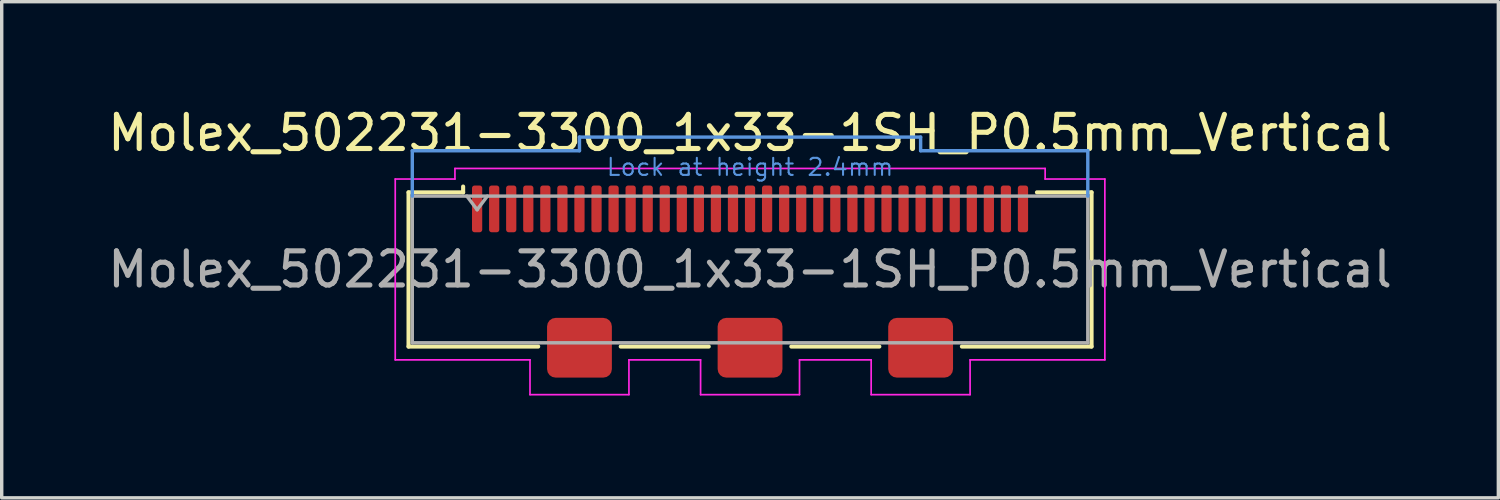
<source format=kicad_pcb>
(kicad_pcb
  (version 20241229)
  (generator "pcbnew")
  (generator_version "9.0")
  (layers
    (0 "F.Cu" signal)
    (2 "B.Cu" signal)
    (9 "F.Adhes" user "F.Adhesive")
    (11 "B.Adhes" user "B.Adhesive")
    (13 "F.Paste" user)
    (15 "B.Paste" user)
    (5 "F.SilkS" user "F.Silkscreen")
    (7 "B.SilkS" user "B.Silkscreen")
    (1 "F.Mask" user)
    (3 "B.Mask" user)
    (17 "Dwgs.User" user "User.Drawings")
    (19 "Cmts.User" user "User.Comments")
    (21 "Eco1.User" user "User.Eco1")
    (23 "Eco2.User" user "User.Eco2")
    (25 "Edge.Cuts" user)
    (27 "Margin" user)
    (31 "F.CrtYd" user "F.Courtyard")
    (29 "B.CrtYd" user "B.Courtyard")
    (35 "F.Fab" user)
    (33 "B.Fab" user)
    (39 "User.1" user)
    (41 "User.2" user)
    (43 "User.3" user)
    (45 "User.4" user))
  (footprint "Molex_502231-3300_1x33-1SH_P0.5mm_Vertical"
    (layer "F.Cu")
    (at 18.935 4.118)
    (property "Reference" "Molex_502231-3300_1x33-1SH_P0.5mm_Vertical" (at 0 -3.27 0) (layer "F.SilkS") (effects (font (size 1 1) (thickness 0.15))))
    (attr smd)
    (fp_line (start -10.01 2.99) (end -10.01 -1.53) (stroke (width 0.12) (type solid)) (layer "F.SilkS"))
    (fp_line (start -8.41 -1.53) (end -10.01 -1.53) (stroke (width 0.12) (type solid)) (layer "F.SilkS"))
    (fp_line (start -8.41 -1.53) (end -8.41 -1.7) (stroke (width 0.12) (type solid)) (layer "F.SilkS"))
    (fp_line (start -6.21 2.99) (end -10.01 2.99) (stroke (width 0.12) (type solid)) (layer "F.SilkS"))
    (fp_line (start -3.79 2.99) (end -1.21 2.99) (stroke (width 0.12) (type solid)) (layer "F.SilkS"))
    (fp_line (start 1.21 2.99) (end 3.79 2.99) (stroke (width 0.12) (type solid)) (layer "F.SilkS"))
    (fp_line (start 6.21 2.99) (end 10.01 2.99) (stroke (width 0.12) (type solid)) (layer "F.SilkS"))
    (fp_line (start 8.41 -1.53) (end 10.01 -1.53) (stroke (width 0.12) (type solid)) (layer "F.SilkS"))
    (fp_line (start 10.01 2.99) (end 10.01 -1.53) (stroke (width 0.12) (type solid)) (layer "F.SilkS"))
    (fp_line (start -9.9 -2.75) (end -9.9 -1.42) (stroke (width 0.1) (type solid)) (layer "Cmts.User"))
    (fp_line (start -5 -3.15) (end -5 -2.75) (stroke (width 0.1) (type solid)) (layer "Cmts.User"))
    (fp_line (start -5 -3.15) (end 5 -3.15) (stroke (width 0.1) (type solid)) (layer "Cmts.User"))
    (fp_line (start -5 -2.75) (end -9.9 -2.75) (stroke (width 0.1) (type solid)) (layer "Cmts.User"))
    (fp_line (start 5 -3.15) (end 5 -2.75) (stroke (width 0.1) (type solid)) (layer "Cmts.User"))
    (fp_line (start 5 -2.75) (end 9.9 -2.75) (stroke (width 0.1) (type solid)) (layer "Cmts.User"))
    (fp_line (start 9.9 -2.75) (end 9.9 -1.42) (stroke (width 0.1) (type solid)) (layer "Cmts.User"))
    (fp_line (start -10.4 -1.92) (end -8.65 -1.92) (stroke (width 0.05) (type solid)) (layer "F.CrtYd"))
    (fp_line (start -10.4 3.38) (end -10.4 -1.92) (stroke (width 0.05) (type solid)) (layer "F.CrtYd"))
    (fp_line (start -8.65 -1.92) (end -8.65 -2.23) (stroke (width 0.05) (type solid)) (layer "F.CrtYd"))
    (fp_line (start -6.45 3.38) (end -10.4 3.38) (stroke (width 0.05) (type solid)) (layer "F.CrtYd"))
    (fp_line (start -6.45 3.38) (end -6.45 4.4) (stroke (width 0.05) (type solid)) (layer "F.CrtYd"))
    (fp_line (start -3.55 3.38) (end -3.55 4.4) (stroke (width 0.05) (type solid)) (layer "F.CrtYd"))
    (fp_line (start -3.55 4.4) (end -6.45 4.4) (stroke (width 0.05) (type solid)) (layer "F.CrtYd"))
    (fp_line (start -1.45 3.38) (end -3.55 3.38) (stroke (width 0.05) (type solid)) (layer "F.CrtYd"))
    (fp_line (start -1.45 3.38) (end -1.45 4.4) (stroke (width 0.05) (type solid)) (layer "F.CrtYd"))
    (fp_line (start -1.45 4.4) (end 1.45 4.4) (stroke (width 0.05) (type solid)) (layer "F.CrtYd"))
    (fp_line (start 1.45 3.38) (end 1.45 4.4) (stroke (width 0.05) (type solid)) (layer "F.CrtYd"))
    (fp_line (start 3.55 3.38) (end 1.45 3.38) (stroke (width 0.05) (type solid)) (layer "F.CrtYd"))
    (fp_line (start 3.55 3.38) (end 3.55 4.4) (stroke (width 0.05) (type solid)) (layer "F.CrtYd"))
    (fp_line (start 3.55 4.4) (end 6.45 4.4) (stroke (width 0.05) (type solid)) (layer "F.CrtYd"))
    (fp_line (start 6.45 3.38) (end 6.45 4.4) (stroke (width 0.05) (type solid)) (layer "F.CrtYd"))
    (fp_line (start 6.45 3.38) (end 10.4 3.38) (stroke (width 0.05) (type solid)) (layer "F.CrtYd"))
    (fp_line (start 8.65 -2.23) (end -8.65 -2.23) (stroke (width 0.05) (type solid)) (layer "F.CrtYd"))
    (fp_line (start 8.65 -1.92) (end 8.65 -2.23) (stroke (width 0.05) (type solid)) (layer "F.CrtYd"))
    (fp_line (start 10.4 -1.92) (end 8.65 -1.92) (stroke (width 0.05) (type solid)) (layer "F.CrtYd"))
    (fp_line (start 10.4 3.38) (end 10.4 -1.92) (stroke (width 0.05) (type solid)) (layer "F.CrtYd"))
    (fp_line (start -9.9 -1.42) (end -9.9 2.88) (stroke (width 0.1) (type solid)) (layer "F.Fab"))
    (fp_line (start -9.9 -1.42) (end 9.9 -1.42) (stroke (width 0.1) (type solid)) (layer "F.Fab"))
    (fp_line (start -9.9 2.88) (end 9.9 2.88) (stroke (width 0.1) (type solid)) (layer "F.Fab"))
    (fp_line (start -8.3 -1.42) (end -8 -1.02) (stroke (width 0.1) (type solid)) (layer "F.Fab"))
    (fp_line (start -8 -1.02) (end -7.7 -1.42) (stroke (width 0.1) (type solid)) (layer "F.Fab"))
    (fp_line (start 9.9 -1.42) (end 9.9 2.88) (stroke (width 0.1) (type solid)) (layer "F.Fab"))
    (fp_text user "Lock at height 2.4mm" (at 0 -2.27 0) (layer "Cmts.User") (effects (font (size 0.5 0.5) (thickness 0.06))))
    (fp_text user "${REFERENCE}" (at 0 0.73 0) (layer "F.Fab") (effects (font (size 1 1) (thickness 0.15))))
    (pad "1" smd roundrect (at -8 -1.045) (size 0.3 1.37) (layers "F.Cu" "F.Mask" "F.Paste") (roundrect_rratio 0.25))
    (pad "2" smd roundrect (at -7.5 -1.045) (size 0.3 1.37) (layers "F.Cu" "F.Mask" "F.Paste") (roundrect_rratio 0.25))
    (pad "3" smd roundrect (at -7 -1.045) (size 0.3 1.37) (layers "F.Cu" "F.Mask" "F.Paste") (roundrect_rratio 0.25))
    (pad "4" smd roundrect (at -6.5 -1.045) (size 0.3 1.37) (layers "F.Cu" "F.Mask" "F.Paste") (roundrect_rratio 0.25))
    (pad "5" smd roundrect (at -6 -1.045) (size 0.3 1.37) (layers "F.Cu" "F.Mask" "F.Paste") (roundrect_rratio 0.25))
    (pad "6" smd roundrect (at -5.5 -1.045) (size 0.3 1.37) (layers "F.Cu" "F.Mask" "F.Paste") (roundrect_rratio 0.25))
    (pad "7" smd roundrect (at -5 -1.045) (size 0.3 1.37) (layers "F.Cu" "F.Mask" "F.Paste") (roundrect_rratio 0.25))
    (pad "8" smd roundrect (at -4.5 -1.045) (size 0.3 1.37) (layers "F.Cu" "F.Mask" "F.Paste") (roundrect_rratio 0.25))
    (pad "9" smd roundrect (at -4 -1.045) (size 0.3 1.37) (layers "F.Cu" "F.Mask" "F.Paste") (roundrect_rratio 0.25))
    (pad "10" smd roundrect (at -3.5 -1.045) (size 0.3 1.37) (layers "F.Cu" "F.Mask" "F.Paste") (roundrect_rratio 0.25))
    (pad "11" smd roundrect (at -3 -1.045) (size 0.3 1.37) (layers "F.Cu" "F.Mask" "F.Paste") (roundrect_rratio 0.25))
    (pad "12" smd roundrect (at -2.5 -1.045) (size 0.3 1.37) (layers "F.Cu" "F.Mask" "F.Paste") (roundrect_rratio 0.25))
    (pad "13" smd roundrect (at -2 -1.045) (size 0.3 1.37) (layers "F.Cu" "F.Mask" "F.Paste") (roundrect_rratio 0.25))
    (pad "14" smd roundrect (at -1.5 -1.045) (size 0.3 1.37) (layers "F.Cu" "F.Mask" "F.Paste") (roundrect_rratio 0.25))
    (pad "15" smd roundrect (at -1 -1.045) (size 0.3 1.37) (layers "F.Cu" "F.Mask" "F.Paste") (roundrect_rratio 0.25))
    (pad "16" smd roundrect (at -0.5 -1.045) (size 0.3 1.37) (layers "F.Cu" "F.Mask" "F.Paste") (roundrect_rratio 0.25))
    (pad "17" smd roundrect (at 0 -1.045) (size 0.3 1.37) (layers "F.Cu" "F.Mask" "F.Paste") (roundrect_rratio 0.25))
    (pad "18" smd roundrect (at 0.5 -1.045) (size 0.3 1.37) (layers "F.Cu" "F.Mask" "F.Paste") (roundrect_rratio 0.25))
    (pad "19" smd roundrect (at 1 -1.045) (size 0.3 1.37) (layers "F.Cu" "F.Mask" "F.Paste") (roundrect_rratio 0.25))
    (pad "20" smd roundrect (at 1.5 -1.045) (size 0.3 1.37) (layers "F.Cu" "F.Mask" "F.Paste") (roundrect_rratio 0.25))
    (pad "21" smd roundrect (at 2 -1.045) (size 0.3 1.37) (layers "F.Cu" "F.Mask" "F.Paste") (roundrect_rratio 0.25))
    (pad "22" smd roundrect (at 2.5 -1.045) (size 0.3 1.37) (layers "F.Cu" "F.Mask" "F.Paste") (roundrect_rratio 0.25))
    (pad "23" smd roundrect (at 3 -1.045) (size 0.3 1.37) (layers "F.Cu" "F.Mask" "F.Paste") (roundrect_rratio 0.25))
    (pad "24" smd roundrect (at 3.5 -1.045) (size 0.3 1.37) (layers "F.Cu" "F.Mask" "F.Paste") (roundrect_rratio 0.25))
    (pad "25" smd roundrect (at 4 -1.045) (size 0.3 1.37) (layers "F.Cu" "F.Mask" "F.Paste") (roundrect_rratio 0.25))
    (pad "26" smd roundrect (at 4.5 -1.045) (size 0.3 1.37) (layers "F.Cu" "F.Mask" "F.Paste") (roundrect_rratio 0.25))
    (pad "27" smd roundrect (at 5 -1.045) (size 0.3 1.37) (layers "F.Cu" "F.Mask" "F.Paste") (roundrect_rratio 0.25))
    (pad "28" smd roundrect (at 5.5 -1.045) (size 0.3 1.37) (layers "F.Cu" "F.Mask" "F.Paste") (roundrect_rratio 0.25))
    (pad "29" smd roundrect (at 6 -1.045) (size 0.3 1.37) (layers "F.Cu" "F.Mask" "F.Paste") (roundrect_rratio 0.25))
    (pad "30" smd roundrect (at 6.5 -1.045) (size 0.3 1.37) (layers "F.Cu" "F.Mask" "F.Paste") (roundrect_rratio 0.25))
    (pad "31" smd roundrect (at 7 -1.045) (size 0.3 1.37) (layers "F.Cu" "F.Mask" "F.Paste") (roundrect_rratio 0.25))
    (pad "32" smd roundrect (at 7.5 -1.045) (size 0.3 1.37) (layers "F.Cu" "F.Mask" "F.Paste") (roundrect_rratio 0.25))
    (pad "33" smd roundrect (at 8 -1.045) (size 0.3 1.37) (layers "F.Cu" "F.Mask" "F.Paste") (roundrect_rratio 0.25))
    (pad "SH" smd roundrect (at -5 3.025) (size 1.9 1.75) (layers "F.Cu" "F.Mask" "F.Paste") (roundrect_rratio 0.143))
    (pad "SH" smd roundrect (at 0 3.025) (size 1.9 1.75) (layers "F.Cu" "F.Mask" "F.Paste") (roundrect_rratio 0.143))
    (pad "SH" smd roundrect (at 5 3.025) (size 1.9 1.75) (layers "F.Cu" "F.Mask" "F.Paste") (roundrect_rratio 0.143)))
  (gr_rect
    (start -3 -3)
    (end 40.869 11.543)
    (stroke (width 0.1) (type default))
    (fill no)
    (layer "Edge.Cuts")))
</source>
